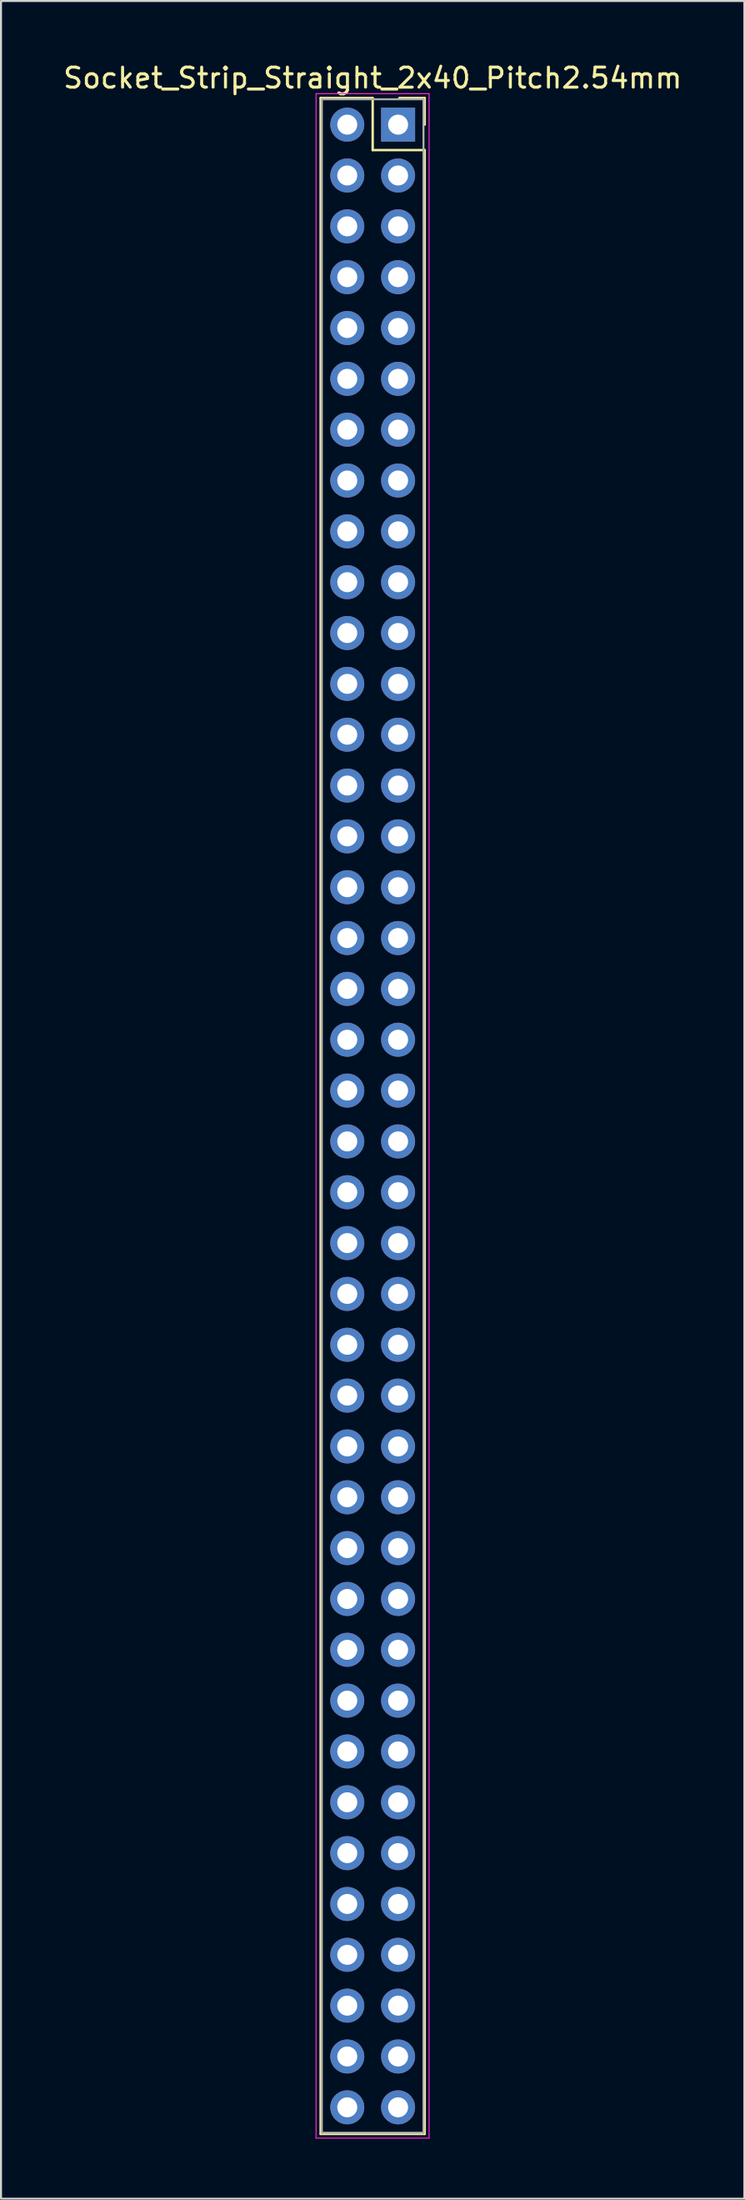
<source format=kicad_pcb>
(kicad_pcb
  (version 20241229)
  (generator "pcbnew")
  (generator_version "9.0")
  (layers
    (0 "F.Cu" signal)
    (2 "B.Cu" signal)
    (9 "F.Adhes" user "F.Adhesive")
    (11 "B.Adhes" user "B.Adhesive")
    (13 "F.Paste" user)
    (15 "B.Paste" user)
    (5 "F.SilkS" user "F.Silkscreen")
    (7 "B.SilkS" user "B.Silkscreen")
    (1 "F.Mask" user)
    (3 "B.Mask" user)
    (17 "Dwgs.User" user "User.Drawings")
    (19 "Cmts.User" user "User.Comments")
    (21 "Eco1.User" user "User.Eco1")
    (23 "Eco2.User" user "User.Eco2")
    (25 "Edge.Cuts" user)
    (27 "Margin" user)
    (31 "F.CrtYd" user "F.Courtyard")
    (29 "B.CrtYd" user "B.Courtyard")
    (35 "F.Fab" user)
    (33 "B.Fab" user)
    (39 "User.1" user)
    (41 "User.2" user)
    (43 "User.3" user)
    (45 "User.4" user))
  (footprint "Socket_Strip_Straight_2x40_Pitch2.54mm"
    (layer "F.Cu")
    (at 16.847 3.178)
    (property "Reference" "Socket_Strip_Straight_2x40_Pitch2.54mm" (at -1.27 -2.33 0) (layer "F.SilkS") (effects (font (size 1 1) (thickness 0.15))))
    (attr through_hole)
    (fp_line (start -3.87 -1.33) (end -1.27 -1.33) (stroke (width 0.12) (type solid)) (layer "F.SilkS"))
    (fp_line (start -3.87 100.39) (end -3.87 -1.33) (stroke (width 0.12) (type solid)) (layer "F.SilkS"))
    (fp_line (start -1.27 -1.33) (end -1.27 1.27) (stroke (width 0.12) (type solid)) (layer "F.SilkS"))
    (fp_line (start -1.27 1.27) (end 1.33 1.27) (stroke (width 0.12) (type solid)) (layer "F.SilkS"))
    (fp_line (start 1.33 -1.33) (end 0.06 -1.33) (stroke (width 0.12) (type solid)) (layer "F.SilkS"))
    (fp_line (start 1.33 0) (end 1.33 -1.33) (stroke (width 0.12) (type solid)) (layer "F.SilkS"))
    (fp_line (start 1.33 1.27) (end 1.33 100.39) (stroke (width 0.12) (type solid)) (layer "F.SilkS"))
    (fp_line (start 1.33 100.39) (end -3.87 100.39) (stroke (width 0.12) (type solid)) (layer "F.SilkS"))
    (fp_line (start -4.1 -1.55) (end -4.1 100.6) (stroke (width 0.05) (type solid)) (layer "F.CrtYd"))
    (fp_line (start -4.1 100.6) (end 1.55 100.6) (stroke (width 0.05) (type solid)) (layer "F.CrtYd"))
    (fp_line (start 1.55 -1.55) (end -4.1 -1.55) (stroke (width 0.05) (type solid)) (layer "F.CrtYd"))
    (fp_line (start 1.55 100.6) (end 1.55 -1.55) (stroke (width 0.05) (type solid)) (layer "F.CrtYd"))
    (fp_line (start -3.81 -1.27) (end -3.81 100.33) (stroke (width 0.1) (type solid)) (layer "F.Fab"))
    (fp_line (start -3.81 100.33) (end 1.27 100.33) (stroke (width 0.1) (type solid)) (layer "F.Fab"))
    (fp_line (start 1.27 -1.27) (end -3.81 -1.27) (stroke (width 0.1) (type solid)) (layer "F.Fab"))
    (fp_line (start 1.27 100.33) (end 1.27 -1.27) (stroke (width 0.1) (type solid)) (layer "F.Fab"))
    (pad "1" thru_hole rect (at 0 0) (size 1.7 1.7) (drill 1) (layers "*.Cu" "*.Mask"))
    (pad "2" thru_hole oval (at -2.54 0) (size 1.7 1.7) (drill 1) (layers "*.Cu" "*.Mask"))
    (pad "3" thru_hole oval (at 0 2.54) (size 1.7 1.7) (drill 1) (layers "*.Cu" "*.Mask"))
    (pad "4" thru_hole oval (at -2.54 2.54) (size 1.7 1.7) (drill 1) (layers "*.Cu" "*.Mask"))
    (pad "5" thru_hole oval (at 0 5.08) (size 1.7 1.7) (drill 1) (layers "*.Cu" "*.Mask"))
    (pad "6" thru_hole oval (at -2.54 5.08) (size 1.7 1.7) (drill 1) (layers "*.Cu" "*.Mask"))
    (pad "7" thru_hole oval (at 0 7.62) (size 1.7 1.7) (drill 1) (layers "*.Cu" "*.Mask"))
    (pad "8" thru_hole oval (at -2.54 7.62) (size 1.7 1.7) (drill 1) (layers "*.Cu" "*.Mask"))
    (pad "9" thru_hole oval (at 0 10.16) (size 1.7 1.7) (drill 1) (layers "*.Cu" "*.Mask"))
    (pad "10" thru_hole oval (at -2.54 10.16) (size 1.7 1.7) (drill 1) (layers "*.Cu" "*.Mask"))
    (pad "11" thru_hole oval (at 0 12.7) (size 1.7 1.7) (drill 1) (layers "*.Cu" "*.Mask"))
    (pad "12" thru_hole oval (at -2.54 12.7) (size 1.7 1.7) (drill 1) (layers "*.Cu" "*.Mask"))
    (pad "13" thru_hole oval (at 0 15.24) (size 1.7 1.7) (drill 1) (layers "*.Cu" "*.Mask"))
    (pad "14" thru_hole oval (at -2.54 15.24) (size 1.7 1.7) (drill 1) (layers "*.Cu" "*.Mask"))
    (pad "15" thru_hole oval (at 0 17.78) (size 1.7 1.7) (drill 1) (layers "*.Cu" "*.Mask"))
    (pad "16" thru_hole oval (at -2.54 17.78) (size 1.7 1.7) (drill 1) (layers "*.Cu" "*.Mask"))
    (pad "17" thru_hole oval (at 0 20.32) (size 1.7 1.7) (drill 1) (layers "*.Cu" "*.Mask"))
    (pad "18" thru_hole oval (at -2.54 20.32) (size 1.7 1.7) (drill 1) (layers "*.Cu" "*.Mask"))
    (pad "19" thru_hole oval (at 0 22.86) (size 1.7 1.7) (drill 1) (layers "*.Cu" "*.Mask"))
    (pad "20" thru_hole oval (at -2.54 22.86) (size 1.7 1.7) (drill 1) (layers "*.Cu" "*.Mask"))
    (pad "21" thru_hole oval (at 0 25.4) (size 1.7 1.7) (drill 1) (layers "*.Cu" "*.Mask"))
    (pad "22" thru_hole oval (at -2.54 25.4) (size 1.7 1.7) (drill 1) (layers "*.Cu" "*.Mask"))
    (pad "23" thru_hole oval (at 0 27.94) (size 1.7 1.7) (drill 1) (layers "*.Cu" "*.Mask"))
    (pad "24" thru_hole oval (at -2.54 27.94) (size 1.7 1.7) (drill 1) (layers "*.Cu" "*.Mask"))
    (pad "25" thru_hole oval (at 0 30.48) (size 1.7 1.7) (drill 1) (layers "*.Cu" "*.Mask"))
    (pad "26" thru_hole oval (at -2.54 30.48) (size 1.7 1.7) (drill 1) (layers "*.Cu" "*.Mask"))
    (pad "27" thru_hole oval (at 0 33.02) (size 1.7 1.7) (drill 1) (layers "*.Cu" "*.Mask"))
    (pad "28" thru_hole oval (at -2.54 33.02) (size 1.7 1.7) (drill 1) (layers "*.Cu" "*.Mask"))
    (pad "29" thru_hole oval (at 0 35.56) (size 1.7 1.7) (drill 1) (layers "*.Cu" "*.Mask"))
    (pad "30" thru_hole oval (at -2.54 35.56) (size 1.7 1.7) (drill 1) (layers "*.Cu" "*.Mask"))
    (pad "31" thru_hole oval (at 0 38.1) (size 1.7 1.7) (drill 1) (layers "*.Cu" "*.Mask"))
    (pad "32" thru_hole oval (at -2.54 38.1) (size 1.7 1.7) (drill 1) (layers "*.Cu" "*.Mask"))
    (pad "33" thru_hole oval (at 0 40.64) (size 1.7 1.7) (drill 1) (layers "*.Cu" "*.Mask"))
    (pad "34" thru_hole oval (at -2.54 40.64) (size 1.7 1.7) (drill 1) (layers "*.Cu" "*.Mask"))
    (pad "35" thru_hole oval (at 0 43.18) (size 1.7 1.7) (drill 1) (layers "*.Cu" "*.Mask"))
    (pad "36" thru_hole oval (at -2.54 43.18) (size 1.7 1.7) (drill 1) (layers "*.Cu" "*.Mask"))
    (pad "37" thru_hole oval (at 0 45.72) (size 1.7 1.7) (drill 1) (layers "*.Cu" "*.Mask"))
    (pad "38" thru_hole oval (at -2.54 45.72) (size 1.7 1.7) (drill 1) (layers "*.Cu" "*.Mask"))
    (pad "39" thru_hole oval (at 0 48.26) (size 1.7 1.7) (drill 1) (layers "*.Cu" "*.Mask"))
    (pad "40" thru_hole oval (at -2.54 48.26) (size 1.7 1.7) (drill 1) (layers "*.Cu" "*.Mask"))
    (pad "41" thru_hole oval (at 0 50.8) (size 1.7 1.7) (drill 1) (layers "*.Cu" "*.Mask"))
    (pad "42" thru_hole oval (at -2.54 50.8) (size 1.7 1.7) (drill 1) (layers "*.Cu" "*.Mask"))
    (pad "43" thru_hole oval (at 0 53.34) (size 1.7 1.7) (drill 1) (layers "*.Cu" "*.Mask"))
    (pad "44" thru_hole oval (at -2.54 53.34) (size 1.7 1.7) (drill 1) (layers "*.Cu" "*.Mask"))
    (pad "45" thru_hole oval (at 0 55.88) (size 1.7 1.7) (drill 1) (layers "*.Cu" "*.Mask"))
    (pad "46" thru_hole oval (at -2.54 55.88) (size 1.7 1.7) (drill 1) (layers "*.Cu" "*.Mask"))
    (pad "47" thru_hole oval (at 0 58.42) (size 1.7 1.7) (drill 1) (layers "*.Cu" "*.Mask"))
    (pad "48" thru_hole oval (at -2.54 58.42) (size 1.7 1.7) (drill 1) (layers "*.Cu" "*.Mask"))
    (pad "49" thru_hole oval (at 0 60.96) (size 1.7 1.7) (drill 1) (layers "*.Cu" "*.Mask"))
    (pad "50" thru_hole oval (at -2.54 60.96) (size 1.7 1.7) (drill 1) (layers "*.Cu" "*.Mask"))
    (pad "51" thru_hole oval (at 0 63.5) (size 1.7 1.7) (drill 1) (layers "*.Cu" "*.Mask"))
    (pad "52" thru_hole oval (at -2.54 63.5) (size 1.7 1.7) (drill 1) (layers "*.Cu" "*.Mask"))
    (pad "53" thru_hole oval (at 0 66.04) (size 1.7 1.7) (drill 1) (layers "*.Cu" "*.Mask"))
    (pad "54" thru_hole oval (at -2.54 66.04) (size 1.7 1.7) (drill 1) (layers "*.Cu" "*.Mask"))
    (pad "55" thru_hole oval (at 0 68.58) (size 1.7 1.7) (drill 1) (layers "*.Cu" "*.Mask"))
    (pad "56" thru_hole oval (at -2.54 68.58) (size 1.7 1.7) (drill 1) (layers "*.Cu" "*.Mask"))
    (pad "57" thru_hole oval (at 0 71.12) (size 1.7 1.7) (drill 1) (layers "*.Cu" "*.Mask"))
    (pad "58" thru_hole oval (at -2.54 71.12) (size 1.7 1.7) (drill 1) (layers "*.Cu" "*.Mask"))
    (pad "59" thru_hole oval (at 0 73.66) (size 1.7 1.7) (drill 1) (layers "*.Cu" "*.Mask"))
    (pad "60" thru_hole oval (at -2.54 73.66) (size 1.7 1.7) (drill 1) (layers "*.Cu" "*.Mask"))
    (pad "61" thru_hole oval (at 0 76.2) (size 1.7 1.7) (drill 1) (layers "*.Cu" "*.Mask"))
    (pad "62" thru_hole oval (at -2.54 76.2) (size 1.7 1.7) (drill 1) (layers "*.Cu" "*.Mask"))
    (pad "63" thru_hole oval (at 0 78.74) (size 1.7 1.7) (drill 1) (layers "*.Cu" "*.Mask"))
    (pad "64" thru_hole oval (at -2.54 78.74) (size 1.7 1.7) (drill 1) (layers "*.Cu" "*.Mask"))
    (pad "65" thru_hole oval (at 0 81.28) (size 1.7 1.7) (drill 1) (layers "*.Cu" "*.Mask"))
    (pad "66" thru_hole oval (at -2.54 81.28) (size 1.7 1.7) (drill 1) (layers "*.Cu" "*.Mask"))
    (pad "67" thru_hole oval (at 0 83.82) (size 1.7 1.7) (drill 1) (layers "*.Cu" "*.Mask"))
    (pad "68" thru_hole oval (at -2.54 83.82) (size 1.7 1.7) (drill 1) (layers "*.Cu" "*.Mask"))
    (pad "69" thru_hole oval (at 0 86.36) (size 1.7 1.7) (drill 1) (layers "*.Cu" "*.Mask"))
    (pad "70" thru_hole oval (at -2.54 86.36) (size 1.7 1.7) (drill 1) (layers "*.Cu" "*.Mask"))
    (pad "71" thru_hole oval (at 0 88.9) (size 1.7 1.7) (drill 1) (layers "*.Cu" "*.Mask"))
    (pad "72" thru_hole oval (at -2.54 88.9) (size 1.7 1.7) (drill 1) (layers "*.Cu" "*.Mask"))
    (pad "73" thru_hole oval (at 0 91.44) (size 1.7 1.7) (drill 1) (layers "*.Cu" "*.Mask"))
    (pad "74" thru_hole oval (at -2.54 91.44) (size 1.7 1.7) (drill 1) (layers "*.Cu" "*.Mask"))
    (pad "75" thru_hole oval (at 0 93.98) (size 1.7 1.7) (drill 1) (layers "*.Cu" "*.Mask"))
    (pad "76" thru_hole oval (at -2.54 93.98) (size 1.7 1.7) (drill 1) (layers "*.Cu" "*.Mask"))
    (pad "77" thru_hole oval (at 0 96.52) (size 1.7 1.7) (drill 1) (layers "*.Cu" "*.Mask"))
    (pad "78" thru_hole oval (at -2.54 96.52) (size 1.7 1.7) (drill 1) (layers "*.Cu" "*.Mask"))
    (pad "79" thru_hole oval (at 0 99.06) (size 1.7 1.7) (drill 1) (layers "*.Cu" "*.Mask"))
    (pad "80" thru_hole oval (at -2.54 99.06) (size 1.7 1.7) (drill 1) (layers "*.Cu" "*.Mask")))
  (gr_rect
    (start -3 -3)
    (end 34.155 106.803)
    (stroke (width 0.1) (type default))
    (fill no)
    (layer "Edge.Cuts")))
</source>
